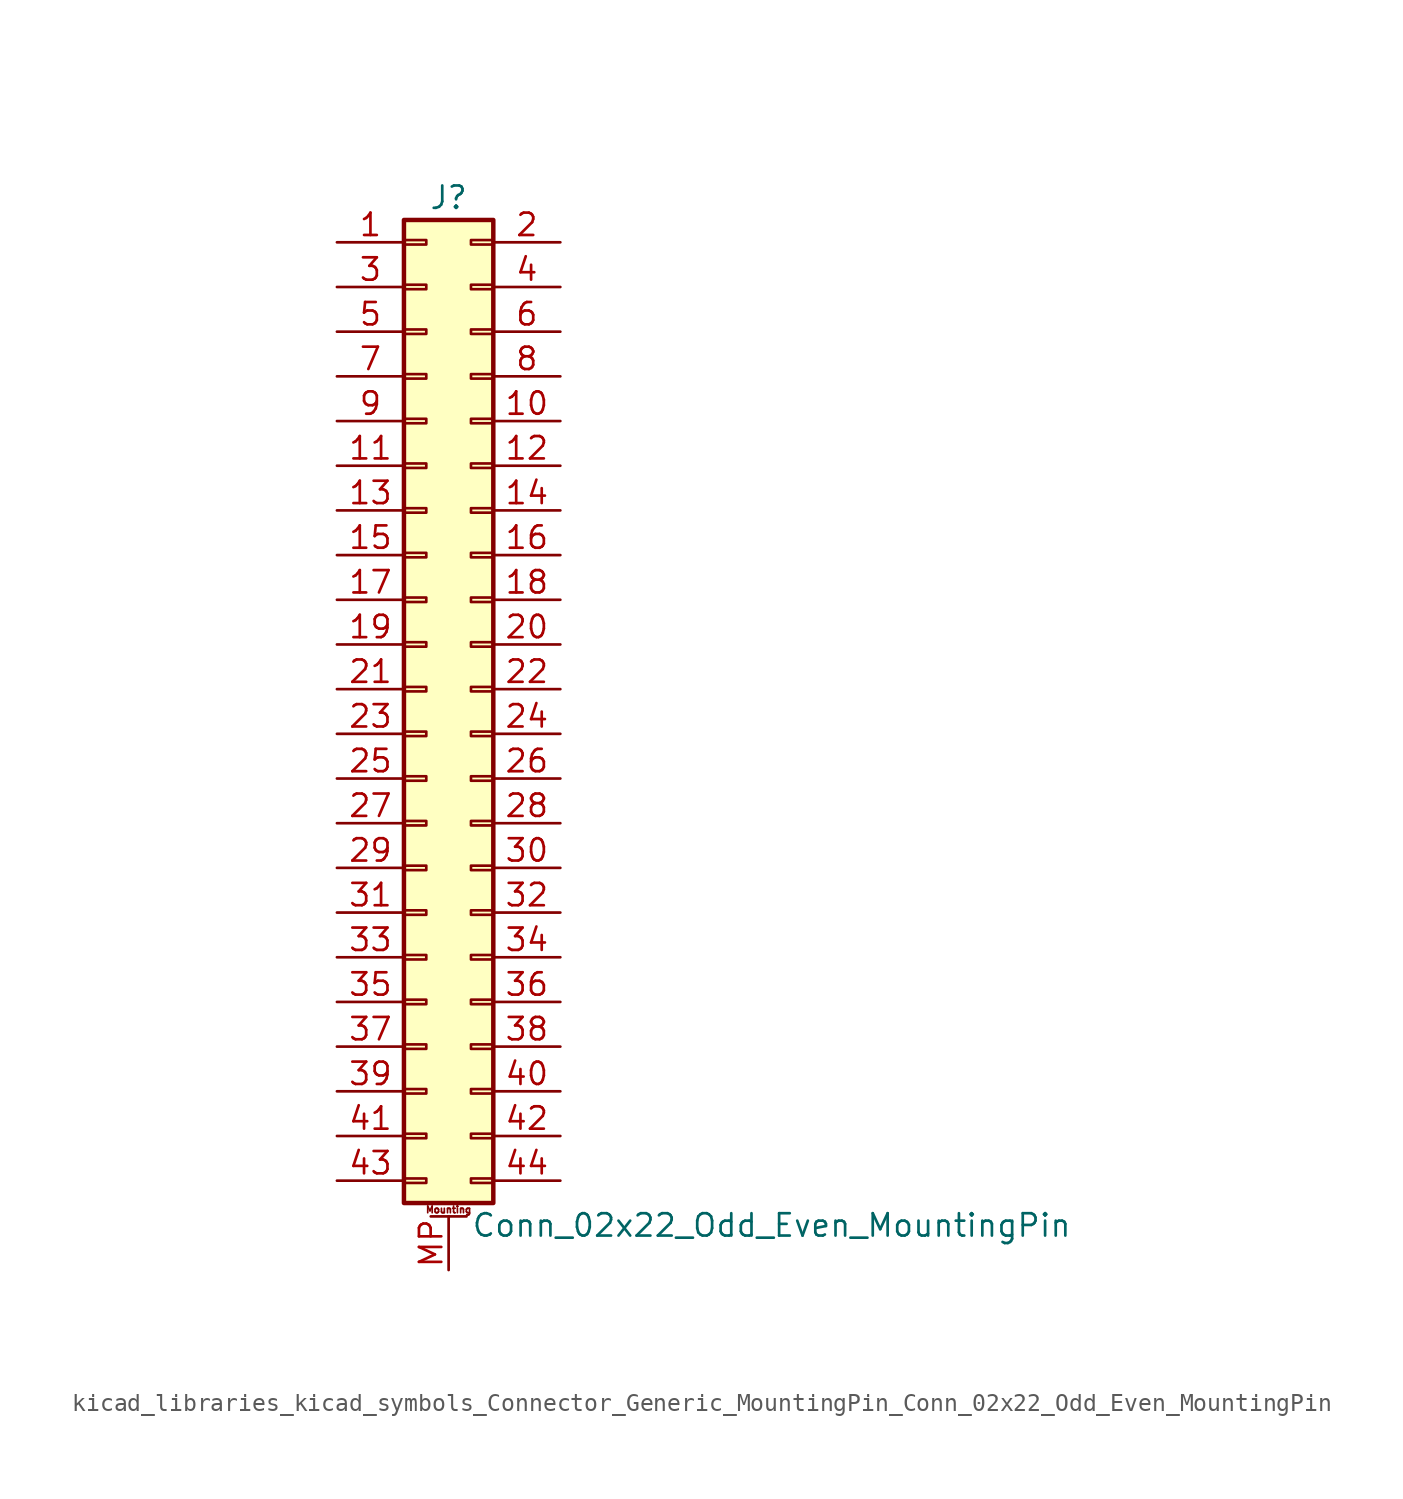
<source format=kicad_sym>
(kicad_symbol_lib
  (version 20220914)
  (generator kicad_symbol_editor)
  (symbol "kicad_libraries_kicad_symbols_Connector_Generic_MountingPin_Conn_02x22_Odd_Even_MountingPin"
    (pin_names
      (offset 1.016) hide)
    (property "Reference" "J"
      (at 1.27 27.94 0)
      (effects (font (size 1.27 1.27))))
    (property "Value" "Conn_02x22_Odd_Even_MountingPin"
      (at 2.54 -30.48 0)
      (effects (font (size 1.27 1.27)) (justify left)))
    (symbol "kicad_libraries_kicad_symbols_Connector_Generic_MountingPin_Conn_02x22_Odd_Even_MountingPin_1_1"
      (rectangle (start -1.27 -27.813) (end 0 -28.067) (stroke (width 0.152) (type default)) (fill (type none)))
      (rectangle (start -1.27 -25.273) (end 0 -25.527) (stroke (width 0.152) (type default)) (fill (type none)))
      (rectangle (start -1.27 -22.733) (end 0 -22.987) (stroke (width 0.152) (type default)) (fill (type none)))
      (rectangle (start -1.27 -20.193) (end 0 -20.447) (stroke (width 0.152) (type default)) (fill (type none)))
      (rectangle (start -1.27 -17.653) (end 0 -17.907) (stroke (width 0.152) (type default)) (fill (type none)))
      (rectangle (start -1.27 -15.113) (end 0 -15.367) (stroke (width 0.152) (type default)) (fill (type none)))
      (rectangle (start -1.27 -12.573) (end 0 -12.827) (stroke (width 0.152) (type default)) (fill (type none)))
      (rectangle (start -1.27 -10.033) (end 0 -10.287) (stroke (width 0.152) (type default)) (fill (type none)))
      (rectangle (start -1.27 -7.493) (end 0 -7.747) (stroke (width 0.152) (type default)) (fill (type none)))
      (rectangle (start -1.27 -4.953) (end 0 -5.207) (stroke (width 0.152) (type default)) (fill (type none)))
      (rectangle (start -1.27 -2.413) (end 0 -2.667) (stroke (width 0.152) (type default)) (fill (type none)))
      (rectangle (start -1.27 0.127) (end 0 -0.127) (stroke (width 0.152) (type default)) (fill (type none)))
      (rectangle (start -1.27 2.667) (end 0 2.413) (stroke (width 0.152) (type default)) (fill (type none)))
      (rectangle (start -1.27 5.207) (end 0 4.953) (stroke (width 0.152) (type default)) (fill (type none)))
      (rectangle (start -1.27 7.747) (end 0 7.493) (stroke (width 0.152) (type default)) (fill (type none)))
      (rectangle (start -1.27 10.287) (end 0 10.033) (stroke (width 0.152) (type default)) (fill (type none)))
      (rectangle (start -1.27 12.827) (end 0 12.573) (stroke (width 0.152) (type default)) (fill (type none)))
      (rectangle (start -1.27 15.367) (end 0 15.113) (stroke (width 0.152) (type default)) (fill (type none)))
      (rectangle (start -1.27 17.907) (end 0 17.653) (stroke (width 0.152) (type default)) (fill (type none)))
      (rectangle (start -1.27 20.447) (end 0 20.193) (stroke (width 0.152) (type default)) (fill (type none)))
      (rectangle (start -1.27 22.987) (end 0 22.733) (stroke (width 0.152) (type default)) (fill (type none)))
      (rectangle (start -1.27 25.527) (end 0 25.273) (stroke (width 0.152) (type default)) (fill (type none)))
      (rectangle (start -1.27 26.67) (end 3.81 -29.21) (stroke (width 0.254) (type default)) (fill (type background)))
      (polyline (pts (xy 0.254 -29.972) (xy 2.286 -29.972)) (stroke (width 0.152) (type default)) (fill (type none)))
      (rectangle (start 3.81 -27.813) (end 2.54 -28.067) (stroke (width 0.152) (type default)) (fill (type none)))
      (rectangle (start 3.81 -25.273) (end 2.54 -25.527) (stroke (width 0.152) (type default)) (fill (type none)))
      (rectangle (start 3.81 -22.733) (end 2.54 -22.987) (stroke (width 0.152) (type default)) (fill (type none)))
      (rectangle (start 3.81 -20.193) (end 2.54 -20.447) (stroke (width 0.152) (type default)) (fill (type none)))
      (rectangle (start 3.81 -17.653) (end 2.54 -17.907) (stroke (width 0.152) (type default)) (fill (type none)))
      (rectangle (start 3.81 -15.113) (end 2.54 -15.367) (stroke (width 0.152) (type default)) (fill (type none)))
      (rectangle (start 3.81 -12.573) (end 2.54 -12.827) (stroke (width 0.152) (type default)) (fill (type none)))
      (rectangle (start 3.81 -10.033) (end 2.54 -10.287) (stroke (width 0.152) (type default)) (fill (type none)))
      (rectangle (start 3.81 -7.493) (end 2.54 -7.747) (stroke (width 0.152) (type default)) (fill (type none)))
      (rectangle (start 3.81 -4.953) (end 2.54 -5.207) (stroke (width 0.152) (type default)) (fill (type none)))
      (rectangle (start 3.81 -2.413) (end 2.54 -2.667) (stroke (width 0.152) (type default)) (fill (type none)))
      (rectangle (start 3.81 0.127) (end 2.54 -0.127) (stroke (width 0.152) (type default)) (fill (type none)))
      (rectangle (start 3.81 2.667) (end 2.54 2.413) (stroke (width 0.152) (type default)) (fill (type none)))
      (rectangle (start 3.81 5.207) (end 2.54 4.953) (stroke (width 0.152) (type default)) (fill (type none)))
      (rectangle (start 3.81 7.747) (end 2.54 7.493) (stroke (width 0.152) (type default)) (fill (type none)))
      (rectangle (start 3.81 10.287) (end 2.54 10.033) (stroke (width 0.152) (type default)) (fill (type none)))
      (rectangle (start 3.81 12.827) (end 2.54 12.573) (stroke (width 0.152) (type default)) (fill (type none)))
      (rectangle (start 3.81 15.367) (end 2.54 15.113) (stroke (width 0.152) (type default)) (fill (type none)))
      (rectangle (start 3.81 17.907) (end 2.54 17.653) (stroke (width 0.152) (type default)) (fill (type none)))
      (rectangle (start 3.81 20.447) (end 2.54 20.193) (stroke (width 0.152) (type default)) (fill (type none)))
      (rectangle (start 3.81 22.987) (end 2.54 22.733) (stroke (width 0.152) (type default)) (fill (type none)))
      (rectangle (start 3.81 25.527) (end 2.54 25.273) (stroke (width 0.152) (type default)) (fill (type none)))
      (text "Mounting" (at 1.27 -29.591 0) (effects (font (size 0.381 0.381))))
      (pin passive line (at -5.08 25.4 0) (length 3.81) (name "Pin_1" (effects (font (size 1.27 1.27)))) (number "1" (effects (font (size 1.27 1.27)))))
      (pin passive line (at 7.62 15.24 180) (length 3.81) (name "Pin_10" (effects (font (size 1.27 1.27)))) (number "10" (effects (font (size 1.27 1.27)))))
      (pin passive line (at -5.08 12.7 0) (length 3.81) (name "Pin_11" (effects (font (size 1.27 1.27)))) (number "11" (effects (font (size 1.27 1.27)))))
      (pin passive line (at 7.62 12.7 180) (length 3.81) (name "Pin_12" (effects (font (size 1.27 1.27)))) (number "12" (effects (font (size 1.27 1.27)))))
      (pin passive line (at -5.08 10.16 0) (length 3.81) (name "Pin_13" (effects (font (size 1.27 1.27)))) (number "13" (effects (font (size 1.27 1.27)))))
      (pin passive line (at 7.62 10.16 180) (length 3.81) (name "Pin_14" (effects (font (size 1.27 1.27)))) (number "14" (effects (font (size 1.27 1.27)))))
      (pin passive line (at -5.08 7.62 0) (length 3.81) (name "Pin_15" (effects (font (size 1.27 1.27)))) (number "15" (effects (font (size 1.27 1.27)))))
      (pin passive line (at 7.62 7.62 180) (length 3.81) (name "Pin_16" (effects (font (size 1.27 1.27)))) (number "16" (effects (font (size 1.27 1.27)))))
      (pin passive line (at -5.08 5.08 0) (length 3.81) (name "Pin_17" (effects (font (size 1.27 1.27)))) (number "17" (effects (font (size 1.27 1.27)))))
      (pin passive line (at 7.62 5.08 180) (length 3.81) (name "Pin_18" (effects (font (size 1.27 1.27)))) (number "18" (effects (font (size 1.27 1.27)))))
      (pin passive line (at -5.08 2.54 0) (length 3.81) (name "Pin_19" (effects (font (size 1.27 1.27)))) (number "19" (effects (font (size 1.27 1.27)))))
      (pin passive line (at 7.62 25.4 180) (length 3.81) (name "Pin_2" (effects (font (size 1.27 1.27)))) (number "2" (effects (font (size 1.27 1.27)))))
      (pin passive line (at 7.62 2.54 180) (length 3.81) (name "Pin_20" (effects (font (size 1.27 1.27)))) (number "20" (effects (font (size 1.27 1.27)))))
      (pin passive line (at -5.08 0 0) (length 3.81) (name "Pin_21" (effects (font (size 1.27 1.27)))) (number "21" (effects (font (size 1.27 1.27)))))
      (pin passive line (at 7.62 0 180) (length 3.81) (name "Pin_22" (effects (font (size 1.27 1.27)))) (number "22" (effects (font (size 1.27 1.27)))))
      (pin passive line (at -5.08 -2.54 0) (length 3.81) (name "Pin_23" (effects (font (size 1.27 1.27)))) (number "23" (effects (font (size 1.27 1.27)))))
      (pin passive line (at 7.62 -2.54 180) (length 3.81) (name "Pin_24" (effects (font (size 1.27 1.27)))) (number "24" (effects (font (size 1.27 1.27)))))
      (pin passive line (at -5.08 -5.08 0) (length 3.81) (name "Pin_25" (effects (font (size 1.27 1.27)))) (number "25" (effects (font (size 1.27 1.27)))))
      (pin passive line (at 7.62 -5.08 180) (length 3.81) (name "Pin_26" (effects (font (size 1.27 1.27)))) (number "26" (effects (font (size 1.27 1.27)))))
      (pin passive line (at -5.08 -7.62 0) (length 3.81) (name "Pin_27" (effects (font (size 1.27 1.27)))) (number "27" (effects (font (size 1.27 1.27)))))
      (pin passive line (at 7.62 -7.62 180) (length 3.81) (name "Pin_28" (effects (font (size 1.27 1.27)))) (number "28" (effects (font (size 1.27 1.27)))))
      (pin passive line (at -5.08 -10.16 0) (length 3.81) (name "Pin_29" (effects (font (size 1.27 1.27)))) (number "29" (effects (font (size 1.27 1.27)))))
      (pin passive line (at -5.08 22.86 0) (length 3.81) (name "Pin_3" (effects (font (size 1.27 1.27)))) (number "3" (effects (font (size 1.27 1.27)))))
      (pin passive line (at 7.62 -10.16 180) (length 3.81) (name "Pin_30" (effects (font (size 1.27 1.27)))) (number "30" (effects (font (size 1.27 1.27)))))
      (pin passive line (at -5.08 -12.7 0) (length 3.81) (name "Pin_31" (effects (font (size 1.27 1.27)))) (number "31" (effects (font (size 1.27 1.27)))))
      (pin passive line (at 7.62 -12.7 180) (length 3.81) (name "Pin_32" (effects (font (size 1.27 1.27)))) (number "32" (effects (font (size 1.27 1.27)))))
      (pin passive line (at -5.08 -15.24 0) (length 3.81) (name "Pin_33" (effects (font (size 1.27 1.27)))) (number "33" (effects (font (size 1.27 1.27)))))
      (pin passive line (at 7.62 -15.24 180) (length 3.81) (name "Pin_34" (effects (font (size 1.27 1.27)))) (number "34" (effects (font (size 1.27 1.27)))))
      (pin passive line (at -5.08 -17.78 0) (length 3.81) (name "Pin_35" (effects (font (size 1.27 1.27)))) (number "35" (effects (font (size 1.27 1.27)))))
      (pin passive line (at 7.62 -17.78 180) (length 3.81) (name "Pin_36" (effects (font (size 1.27 1.27)))) (number "36" (effects (font (size 1.27 1.27)))))
      (pin passive line (at -5.08 -20.32 0) (length 3.81) (name "Pin_37" (effects (font (size 1.27 1.27)))) (number "37" (effects (font (size 1.27 1.27)))))
      (pin passive line (at 7.62 -20.32 180) (length 3.81) (name "Pin_38" (effects (font (size 1.27 1.27)))) (number "38" (effects (font (size 1.27 1.27)))))
      (pin passive line (at -5.08 -22.86 0) (length 3.81) (name "Pin_39" (effects (font (size 1.27 1.27)))) (number "39" (effects (font (size 1.27 1.27)))))
      (pin passive line (at 7.62 22.86 180) (length 3.81) (name "Pin_4" (effects (font (size 1.27 1.27)))) (number "4" (effects (font (size 1.27 1.27)))))
      (pin passive line (at 7.62 -22.86 180) (length 3.81) (name "Pin_40" (effects (font (size 1.27 1.27)))) (number "40" (effects (font (size 1.27 1.27)))))
      (pin passive line (at -5.08 -25.4 0) (length 3.81) (name "Pin_41" (effects (font (size 1.27 1.27)))) (number "41" (effects (font (size 1.27 1.27)))))
      (pin passive line (at 7.62 -25.4 180) (length 3.81) (name "Pin_42" (effects (font (size 1.27 1.27)))) (number "42" (effects (font (size 1.27 1.27)))))
      (pin passive line (at -5.08 -27.94 0) (length 3.81) (name "Pin_43" (effects (font (size 1.27 1.27)))) (number "43" (effects (font (size 1.27 1.27)))))
      (pin passive line (at 7.62 -27.94 180) (length 3.81) (name "Pin_44" (effects (font (size 1.27 1.27)))) (number "44" (effects (font (size 1.27 1.27)))))
      (pin passive line (at -5.08 20.32 0) (length 3.81) (name "Pin_5" (effects (font (size 1.27 1.27)))) (number "5" (effects (font (size 1.27 1.27)))))
      (pin passive line (at 7.62 20.32 180) (length 3.81) (name "Pin_6" (effects (font (size 1.27 1.27)))) (number "6" (effects (font (size 1.27 1.27)))))
      (pin passive line (at -5.08 17.78 0) (length 3.81) (name "Pin_7" (effects (font (size 1.27 1.27)))) (number "7" (effects (font (size 1.27 1.27)))))
      (pin passive line (at 7.62 17.78 180) (length 3.81) (name "Pin_8" (effects (font (size 1.27 1.27)))) (number "8" (effects (font (size 1.27 1.27)))))
      (pin passive line (at -5.08 15.24 0) (length 3.81) (name "Pin_9" (effects (font (size 1.27 1.27)))) (number "9" (effects (font (size 1.27 1.27)))))
      (pin passive line (at 1.27 -33.02 90) (length 3.048) (name "MountPin" (effects (font (size 1.27 1.27)))) (number "MP" (effects (font (size 1.27 1.27))))))))
</source>
